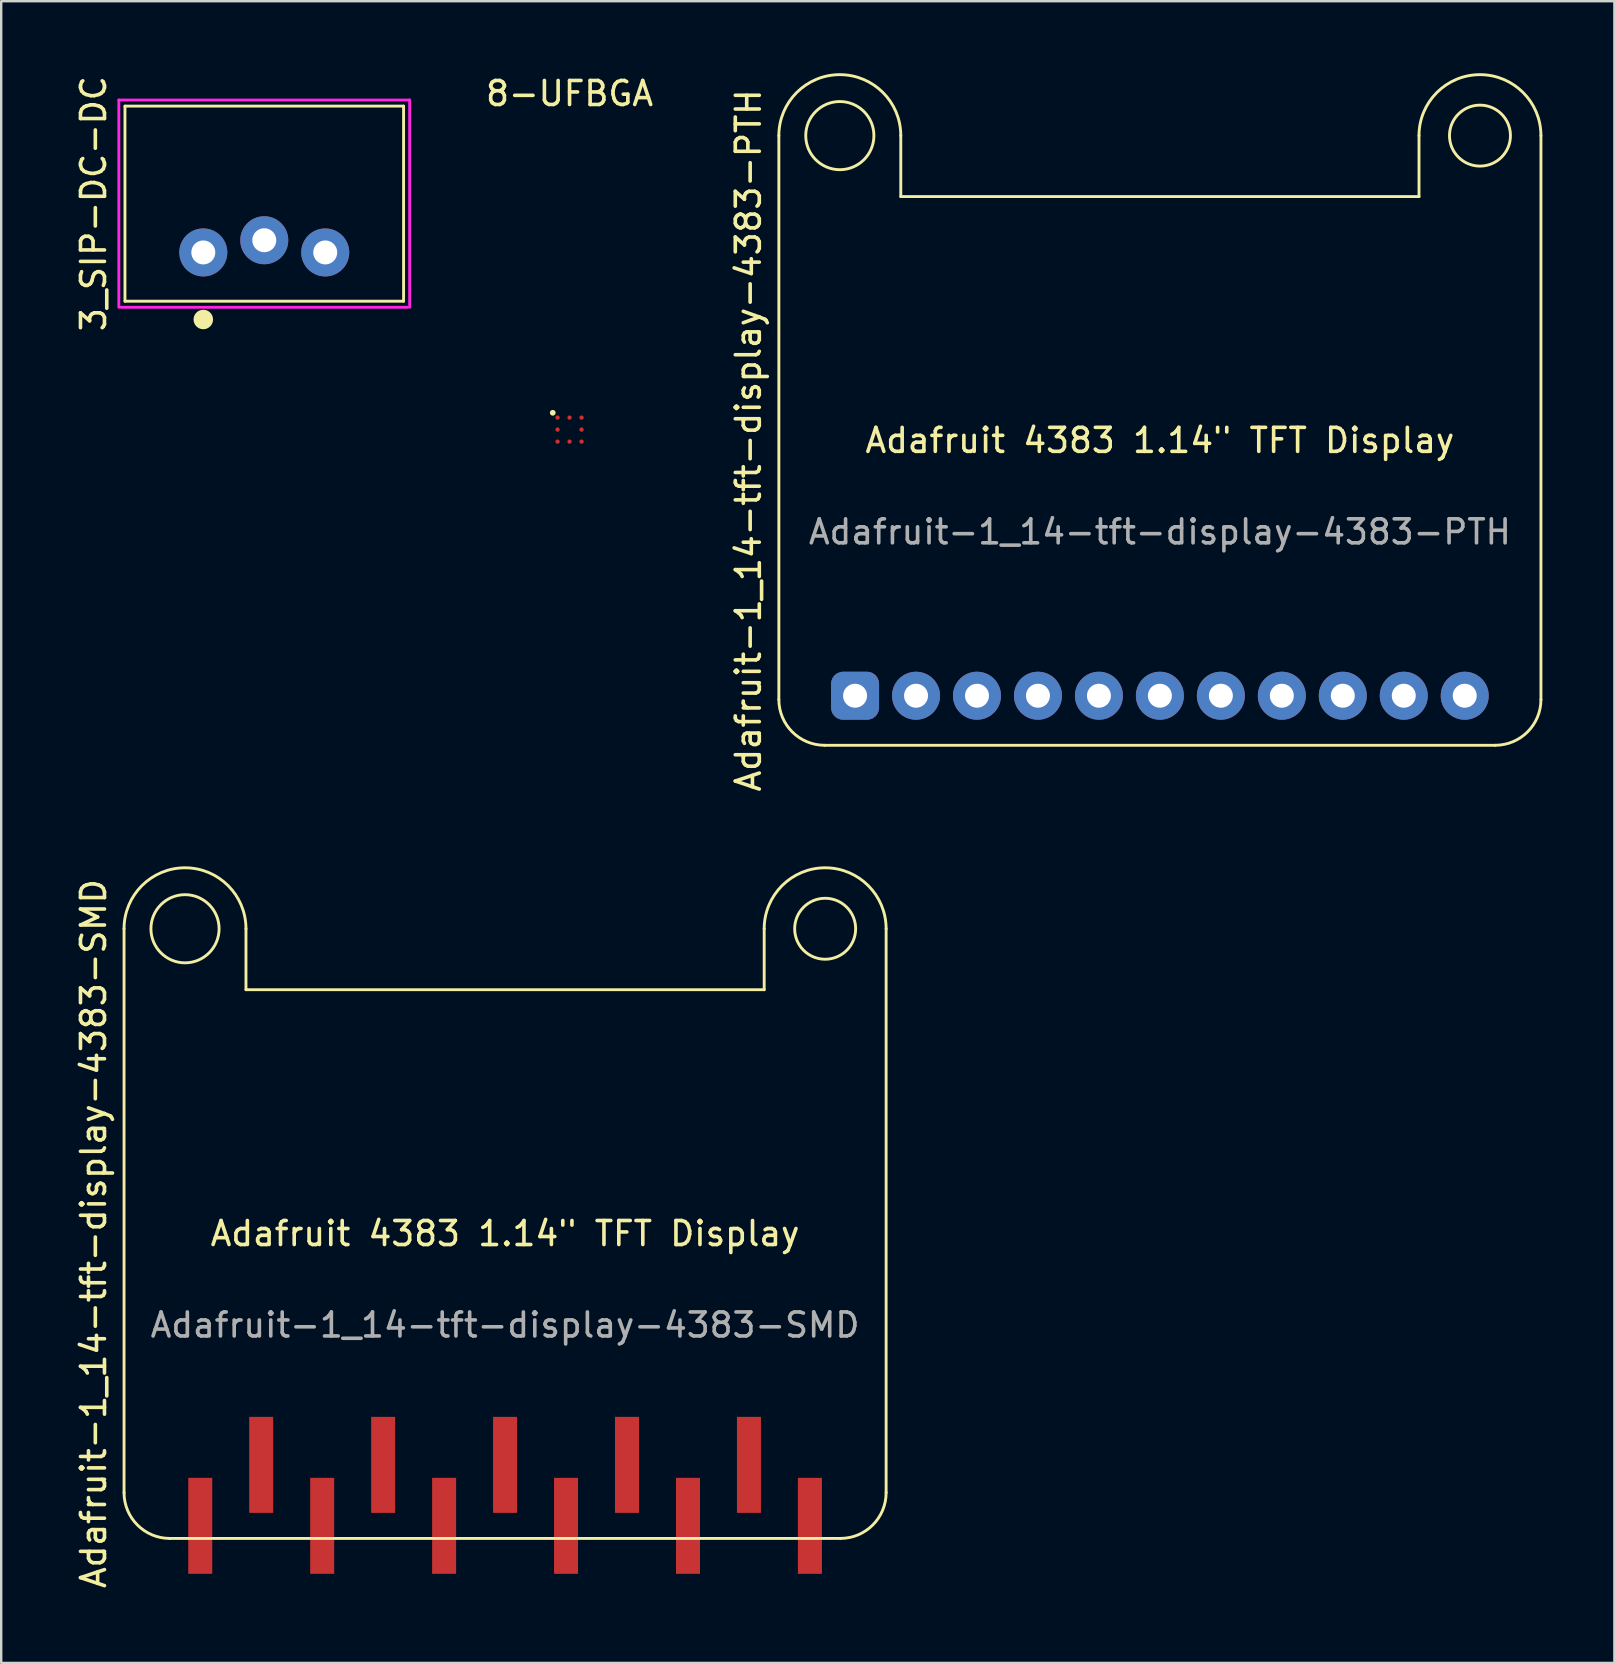
<source format=kicad_pcb>
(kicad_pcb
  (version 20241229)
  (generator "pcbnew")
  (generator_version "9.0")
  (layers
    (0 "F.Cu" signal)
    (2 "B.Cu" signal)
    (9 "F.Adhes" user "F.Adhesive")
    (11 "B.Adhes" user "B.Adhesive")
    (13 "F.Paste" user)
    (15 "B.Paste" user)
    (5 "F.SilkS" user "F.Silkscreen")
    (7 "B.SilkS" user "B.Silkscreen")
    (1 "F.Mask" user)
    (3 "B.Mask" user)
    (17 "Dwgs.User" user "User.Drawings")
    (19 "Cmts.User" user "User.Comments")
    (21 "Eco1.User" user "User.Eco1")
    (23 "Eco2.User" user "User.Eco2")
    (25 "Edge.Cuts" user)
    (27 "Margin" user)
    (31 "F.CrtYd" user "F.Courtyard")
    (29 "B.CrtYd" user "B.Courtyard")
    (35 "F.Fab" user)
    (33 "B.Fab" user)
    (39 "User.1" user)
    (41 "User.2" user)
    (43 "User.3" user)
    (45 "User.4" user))
  (footprint "Adafruit-1_14-tft-display-4383-SMD"
    (layer "F.Cu")
    (at 17.993 48.344)
    (property "Reference" "Adafruit-1_14-tft-display-4383-SMD" (at -17.145 0 90) (unlocked yes) (layer "F.SilkS") (effects (font (size 1 1) (thickness 0.15))))
    (attr smd)
    (fp_line (start -15.875 -12.7) (end -15.875 10.795) (stroke (width 0.12) (type solid)) (layer "F.SilkS"))
    (fp_line (start -13.97 12.7) (end 13.97 12.7) (stroke (width 0.12) (type solid)) (layer "F.SilkS"))
    (fp_line (start -10.795 -12.7) (end -10.795 -10.16) (stroke (width 0.12) (type solid)) (layer "F.SilkS"))
    (fp_line (start -10.795 -10.16) (end 10.795 -10.16) (stroke (width 0.12) (type solid)) (layer "F.SilkS"))
    (fp_line (start 10.795 -12.7) (end 10.795 -10.16) (stroke (width 0.12) (type solid)) (layer "F.SilkS"))
    (fp_line (start 15.875 10.795) (end 15.875 -12.7) (stroke (width 0.12) (type solid)) (layer "F.SilkS"))
    (fp_arc (start -15.875 -12.7) (mid -13.335 -15.24) (end -10.795 -12.7) (stroke (width 0.12) (type solid)) (layer "F.SilkS"))
    (fp_arc (start -13.97 12.7) (mid -15.317038 12.142038) (end -15.875 10.795) (stroke (width 0.12) (type solid)) (layer "F.SilkS"))
    (fp_arc (start 10.795 -12.7) (mid 13.335 -15.24) (end 15.875 -12.7) (stroke (width 0.12) (type solid)) (layer "F.SilkS"))
    (fp_arc (start 15.875 10.795) (mid 15.317038 12.142038) (end 13.97 12.7) (stroke (width 0.12) (type solid)) (layer "F.SilkS"))
    (fp_circle (center -13.335 -12.7) (end -12.065 -12.065) (stroke (width 0.12) (type solid)) (fill no) (layer "F.SilkS"))
    (fp_circle (center 13.335 -12.7) (end 14.605 -12.7) (stroke (width 0.12) (type solid)) (fill no) (layer "F.SilkS"))
    (fp_text user "Adafruit 4383 1.14\" TFT Display" (at 0 0 0) (unlocked yes) (layer "F.SilkS") (effects (font (size 1 1) (thickness 0.15))))
    (fp_text user "${REFERENCE}" (at 0 3.81 0) (unlocked yes) (layer "F.Fab") (effects (font (size 1 1) (thickness 0.15))))
    (pad "3V" smd rect (at -10.16 9.636 90) (size 4 1) (layers "F.Cu" "F.Mask" "F.Paste"))
    (pad "DC" smd rect (at 7.62 12.176 90) (size 4 1) (layers "F.Cu" "F.Mask" "F.Paste"))
    (pad "GND" smd rect (at -7.62 12.176 90) (size 4 1) (layers "F.Cu" "F.Mask" "F.Paste"))
    (pad "LIT" smd rect (at 12.7 12.176 90) (size 4 1) (layers "F.Cu" "F.Mask" "F.Paste"))
    (pad "MISO" smd rect (at -2.54 12.176 90) (size 4 1) (layers "F.Cu" "F.Mask" "F.Paste"))
    (pad "MOSI" smd rect (at 0 9.636 90) (size 4 1) (layers "F.Cu" "F.Mask" "F.Paste"))
    (pad "RST" smd rect (at 5.08 9.636 90) (size 4 1) (layers "F.Cu" "F.Mask" "F.Paste"))
    (pad "SCK" smd rect (at -5.08 9.636 90) (size 4 1) (layers "F.Cu" "F.Mask" "F.Paste"))
    (pad "SDCS" smd rect (at 10.16 9.636 90) (size 4 1) (layers "F.Cu" "F.Mask" "F.Paste"))
    (pad "TFTCS" smd rect (at 2.54 12.176 90) (size 4 1) (layers "F.Cu" "F.Mask" "F.Paste"))
    (pad "VIN" smd rect (at -12.7 12.176 90) (size 4 1) (layers "F.Cu" "F.Mask" "F.Paste")))
  (footprint "8-UFBGA"
    (layer "F.Cu")
    (at 20.679 14.848)
    (property "Reference" "8-UFBGA" (at 0 -14 0) (unlocked yes) (layer "F.SilkS") (effects (font (size 1 1) (thickness 0.15))))
    (attr smd)
    (fp_circle (center -0.7 -0.7) (end -0.7 -0.7) (stroke (width 0.12) (type solid)) (fill no) (layer "F.SilkS"))
    (pad "A1" smd circle (at -0.5 -0.5) (size 0.18 0.18) (layers "F.Cu" "F.Mask" "F.Paste"))
    (pad "A2" smd circle (at -0.5 0) (size 0.18 0.18) (layers "F.Cu" "F.Mask" "F.Paste"))
    (pad "A3" smd circle (at -0.5 0.5) (size 0.18 0.18) (layers "F.Cu" "F.Mask" "F.Paste"))
    (pad "B1" smd circle (at 0 -0.5) (size 0.18 0.18) (layers "F.Cu" "F.Mask" "F.Paste"))
    (pad "B3" smd circle (at 0 0.5) (size 0.18 0.18) (layers "F.Cu" "F.Mask" "F.Paste"))
    (pad "C1" smd circle (at 0.5 -0.5) (size 0.18 0.18) (layers "F.Cu" "F.Mask" "F.Paste"))
    (pad "C2" smd circle (at 0.5 0) (size 0.18 0.18) (layers "F.Cu" "F.Mask" "F.Paste"))
    (pad "C3" smd circle (at 0.5 0.5) (size 0.18 0.18) (layers "F.Cu" "F.Mask" "F.Paste")))
  (footprint "3_SIP-DC-DC"
    (layer "F.Cu")
    (at 7.96 5.435)
    (property "Reference" "3_SIP-DC-DC" (at -7.112 0 90) (layer "F.SilkS") (effects (font (size 1 1) (thickness 0.15))))
    (attr through_hole)
    (fp_line (start -5.804 -4.064) (end -5.804 4.064) (stroke (width 0.12) (type solid)) (layer "F.SilkS"))
    (fp_line (start -5.804 4.064) (end 5.804 4.064) (stroke (width 0.12) (type solid)) (layer "F.SilkS"))
    (fp_line (start 5.804 -4.064) (end -5.804 -4.064) (stroke (width 0.12) (type solid)) (layer "F.SilkS"))
    (fp_line (start 5.804 4.064) (end 5.804 -4.064) (stroke (width 0.12) (type solid)) (layer "F.SilkS"))
    (fp_circle (center -2.54 4.826) (end -2.337 4.826) (stroke (width 0.406) (type solid)) (fill no) (layer "F.SilkS"))
    (fp_line (start -6.058 -4.318) (end -6.058 4.318) (stroke (width 0.12) (type solid)) (layer "F.CrtYd"))
    (fp_line (start -5.969 4.318) (end 5.969 4.318) (stroke (width 0.12) (type solid)) (layer "F.CrtYd"))
    (fp_line (start 6.058 -4.318) (end -6.058 -4.318) (stroke (width 0.12) (type solid)) (layer "F.CrtYd"))
    (fp_line (start 6.058 4.318) (end 6.058 -4.318) (stroke (width 0.12) (type solid)) (layer "F.CrtYd"))
    (pad "1" thru_hole circle (at -2.54 2.032) (size 2 2) (drill 1) (layers "*.Cu" "*.Mask"))
    (pad "2" thru_hole circle (at 0 1.524) (size 2 2) (drill 1) (layers "*.Cu" "*.Mask"))
    (pad "3" thru_hole circle (at 2.54 2.032) (size 2 2) (drill 1) (layers "*.Cu" "*.Mask")))
  (footprint "Adafruit-1_14-tft-display-4383-PTH"
    (layer "F.Cu")
    (at 45.274 15.3)
    (property "Reference" "Adafruit-1_14-tft-display-4383-PTH" (at -17.145 0 90) (unlocked yes) (layer "F.SilkS") (effects (font (size 1 1) (thickness 0.15))))
    (attr through_hole)
    (fp_line (start -15.875 -12.7) (end -15.875 10.795) (stroke (width 0.12) (type solid)) (layer "F.SilkS"))
    (fp_line (start -13.97 12.7) (end 13.97 12.7) (stroke (width 0.12) (type solid)) (layer "F.SilkS"))
    (fp_line (start -10.795 -12.7) (end -10.795 -10.16) (stroke (width 0.12) (type solid)) (layer "F.SilkS"))
    (fp_line (start -10.795 -10.16) (end 10.795 -10.16) (stroke (width 0.12) (type solid)) (layer "F.SilkS"))
    (fp_line (start 10.795 -12.7) (end 10.795 -10.16) (stroke (width 0.12) (type solid)) (layer "F.SilkS"))
    (fp_line (start 15.875 10.795) (end 15.875 -12.7) (stroke (width 0.12) (type solid)) (layer "F.SilkS"))
    (fp_arc (start -15.875 -12.7) (mid -13.335 -15.24) (end -10.795 -12.7) (stroke (width 0.12) (type solid)) (layer "F.SilkS"))
    (fp_arc (start -13.97 12.7) (mid -15.317038 12.142038) (end -15.875 10.795) (stroke (width 0.12) (type solid)) (layer "F.SilkS"))
    (fp_arc (start 10.795 -12.7) (mid 13.335 -15.24) (end 15.875 -12.7) (stroke (width 0.12) (type solid)) (layer "F.SilkS"))
    (fp_arc (start 15.875 10.795) (mid 15.317038 12.142038) (end 13.97 12.7) (stroke (width 0.12) (type solid)) (layer "F.SilkS"))
    (fp_circle (center -13.335 -12.7) (end -12.065 -12.065) (stroke (width 0.12) (type solid)) (fill no) (layer "F.SilkS"))
    (fp_circle (center 13.335 -12.7) (end 14.605 -12.7) (stroke (width 0.12) (type solid)) (fill no) (layer "F.SilkS"))
    (fp_text user "Adafruit 4383 1.14\" TFT Display" (at 0 0 0) (unlocked yes) (layer "F.SilkS") (effects (font (size 1 1) (thickness 0.15))))
    (fp_text user "${REFERENCE}" (at 0 3.81 0) (unlocked yes) (layer "F.Fab") (effects (font (size 1 1) (thickness 0.15))))
    (pad "3v" thru_hole circle (at -10.16 10.636) (size 2 2) (drill 1) (layers "*.Cu" "*.Mask"))
    (pad "DC" thru_hole circle (at 7.62 10.636) (size 2 2) (drill 1) (layers "*.Cu" "*.Mask"))
    (pad "GND" thru_hole circle (at -7.62 10.636) (size 2 2) (drill 1) (layers "*.Cu" "*.Mask"))
    (pad "LIT" thru_hole circle (at 12.7 10.636) (size 2 2) (drill 1) (layers "*.Cu" "*.Mask"))
    (pad "MISO" thru_hole circle (at -2.54 10.636) (size 2 2) (drill 1) (layers "*.Cu" "*.Mask"))
    (pad "MOSI" thru_hole circle (at 0 10.636) (size 2 2) (drill 1) (layers "*.Cu" "*.Mask"))
    (pad "RST" thru_hole circle (at 5.08 10.636) (size 2 2) (drill 1) (layers "*.Cu" "*.Mask"))
    (pad "SCK" thru_hole circle (at -5.08 10.636) (size 2 2) (drill 1) (layers "*.Cu" "*.Mask"))
    (pad "SDCD" thru_hole circle (at 10.16 10.636) (size 2 2) (drill 1) (layers "*.Cu" "*.Mask"))
    (pad "TFTCS" thru_hole circle (at 2.54 10.636) (size 2 2) (drill 1) (layers "*.Cu" "*.Mask"))
    (pad "VIN" thru_hole roundrect (at -12.7 10.636) (size 2 2) (drill 1) (layers "*.Cu" "*.Mask") (roundrect_rratio 0.25)))
  (gr_rect
    (start -3 -3)
    (end 64.209 66.231)
    (stroke (width 0.1) (type default))
    (fill no)
    (layer "Edge.Cuts")))
</source>
